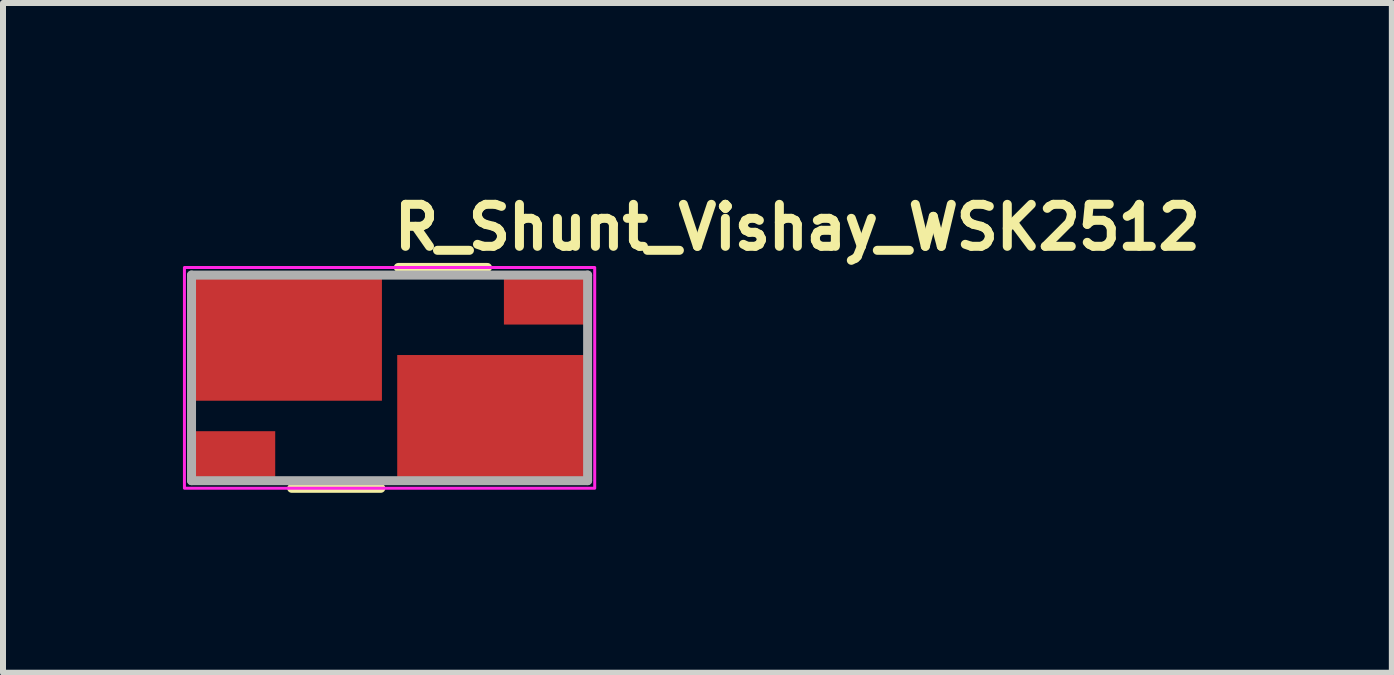
<source format=kicad_pcb>
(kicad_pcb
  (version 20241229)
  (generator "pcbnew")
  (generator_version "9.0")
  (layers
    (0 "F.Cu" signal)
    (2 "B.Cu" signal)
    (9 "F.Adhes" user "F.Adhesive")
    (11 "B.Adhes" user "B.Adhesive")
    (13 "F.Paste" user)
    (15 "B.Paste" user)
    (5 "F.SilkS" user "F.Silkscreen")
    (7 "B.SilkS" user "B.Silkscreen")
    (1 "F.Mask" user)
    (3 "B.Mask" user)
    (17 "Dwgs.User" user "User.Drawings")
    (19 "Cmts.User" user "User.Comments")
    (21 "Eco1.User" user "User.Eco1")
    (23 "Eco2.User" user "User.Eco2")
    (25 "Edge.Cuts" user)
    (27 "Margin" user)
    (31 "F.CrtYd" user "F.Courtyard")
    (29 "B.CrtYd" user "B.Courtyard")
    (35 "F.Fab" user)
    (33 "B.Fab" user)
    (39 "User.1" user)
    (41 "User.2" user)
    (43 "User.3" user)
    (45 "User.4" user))
  (footprint "R_Shunt_Vishay_WSK2512"
    (layer "F.Cu")
    (at 3.445 3.25)
    (property "Reference" "R_Shunt_Vishay_WSK2512" (at 0 -2.1 0) (unlocked yes) (layer "F.SilkS") (effects (font (size 0.7 0.7) (thickness 0.15)) (justify left bottom)))
    (attr smd)
    (fp_line (start -0.146 1.841) (end -1.632 1.841) (stroke (width 0.15) (type solid)) (layer "F.SilkS"))
    (fp_line (start 1.632 -1.841) (end 0.146 -1.841) (stroke (width 0.15) (type solid)) (layer "F.SilkS"))
    (fp_rect (start -3.42 -1.84) (end 3.42 1.84) (stroke (width 0.05) (type solid)) (fill no) (layer "F.CrtYd"))
    (fp_line (start -3.302 1.714) (end -3.302 -1.714) (stroke (width 0.15) (type solid)) (layer "F.Fab"))
    (fp_line (start 3.302 -1.714) (end -3.302 -1.714) (stroke (width 0.15) (type solid)) (layer "F.Fab"))
    (fp_line (start 3.302 1.714) (end -3.302 1.714) (stroke (width 0.15) (type solid)) (layer "F.Fab"))
    (fp_line (start 3.302 1.714) (end 3.302 -1.714) (stroke (width 0.15) (type solid)) (layer "F.Fab"))
    (fp_rect (start -3.175 -1.59) (end 3.175 1.59) (stroke (width 0.1) (type solid)) (fill no) (layer "User.5"))
    (fp_line (start -3.175 -1.59) (end -3.175 0.32) (stroke (width 0.02) (type solid)) (layer "User.9"))
    (fp_line (start -3.175 0.32) (end -2.286 0.32) (stroke (width 0.02) (type solid)) (layer "User.9"))
    (fp_line (start -3.175 0.828) (end -3.175 1.59) (stroke (width 0.02) (type solid)) (layer "User.9"))
    (fp_line (start -3.175 1.59) (end -0.965 1.59) (stroke (width 0.02) (type solid)) (layer "User.9"))
    (fp_line (start -2.286 0.32) (end -2.286 0.828) (stroke (width 0.02) (type solid)) (layer "User.9"))
    (fp_line (start -2.286 0.828) (end -3.175 0.828) (stroke (width 0.02) (type solid)) (layer "User.9"))
    (fp_line (start -0.965 -1.59) (end -3.175 -1.59) (stroke (width 0.02) (type solid)) (layer "User.9"))
    (fp_line (start -0.965 -1.59) (end -0.965 1.59) (stroke (width 0.02) (type solid)) (layer "User.9"))
    (fp_line (start -0.965 -1.59) (end 0.965 -1.59) (stroke (width 0.02) (type solid)) (layer "User.9"))
    (fp_line (start -0.965 1.59) (end -0.965 -1.59) (stroke (width 0.02) (type solid)) (layer "User.9"))
    (fp_line (start -0.965 1.59) (end 0.965 1.59) (stroke (width 0.02) (type solid)) (layer "User.9"))
    (fp_line (start 0.965 -1.59) (end 0.965 1.59) (stroke (width 0.02) (type solid)) (layer "User.9"))
    (fp_line (start 0.965 -1.59) (end 0.965 1.59) (stroke (width 0.02) (type solid)) (layer "User.9"))
    (fp_line (start 0.965 1.59) (end 3.175 1.59) (stroke (width 0.02) (type solid)) (layer "User.9"))
    (fp_line (start 2.286 -0.828) (end 3.175 -0.828) (stroke (width 0.02) (type solid)) (layer "User.9"))
    (fp_line (start 2.286 -0.32) (end 2.286 -0.828) (stroke (width 0.02) (type solid)) (layer "User.9"))
    (fp_line (start 3.175 -1.59) (end 0.965 -1.59) (stroke (width 0.02) (type solid)) (layer "User.9"))
    (fp_line (start 3.175 -0.828) (end 3.175 -1.59) (stroke (width 0.02) (type solid)) (layer "User.9"))
    (fp_line (start 3.175 -0.32) (end 2.286 -0.32) (stroke (width 0.02) (type solid)) (layer "User.9"))
    (fp_line (start 3.175 1.59) (end 3.175 -0.32) (stroke (width 0.02) (type solid)) (layer "User.9"))
    (pad "I1" smd rect (at -1.715 -0.635) (size 3.175 2.032) (layers "F.Cu" "F.Mask" "F.Paste"))
    (pad "I2" smd rect (at 1.715 0.635) (size 3.175 2.032) (layers "F.Cu" "F.Mask" "F.Paste"))
    (pad "V1" smd rect (at -2.605 1.27) (size 1.397 0.762) (layers "F.Cu" "F.Mask" "F.Paste"))
    (pad "V2" smd rect (at 2.605 -1.27) (size 1.397 0.762) (layers "F.Cu" "F.Mask" "F.Paste")))
  (gr_rect
    (start -3 -3)
    (end 20.155 8.166)
    (stroke (width 0.1) (type default))
    (fill no)
    (layer "Edge.Cuts")))
</source>
